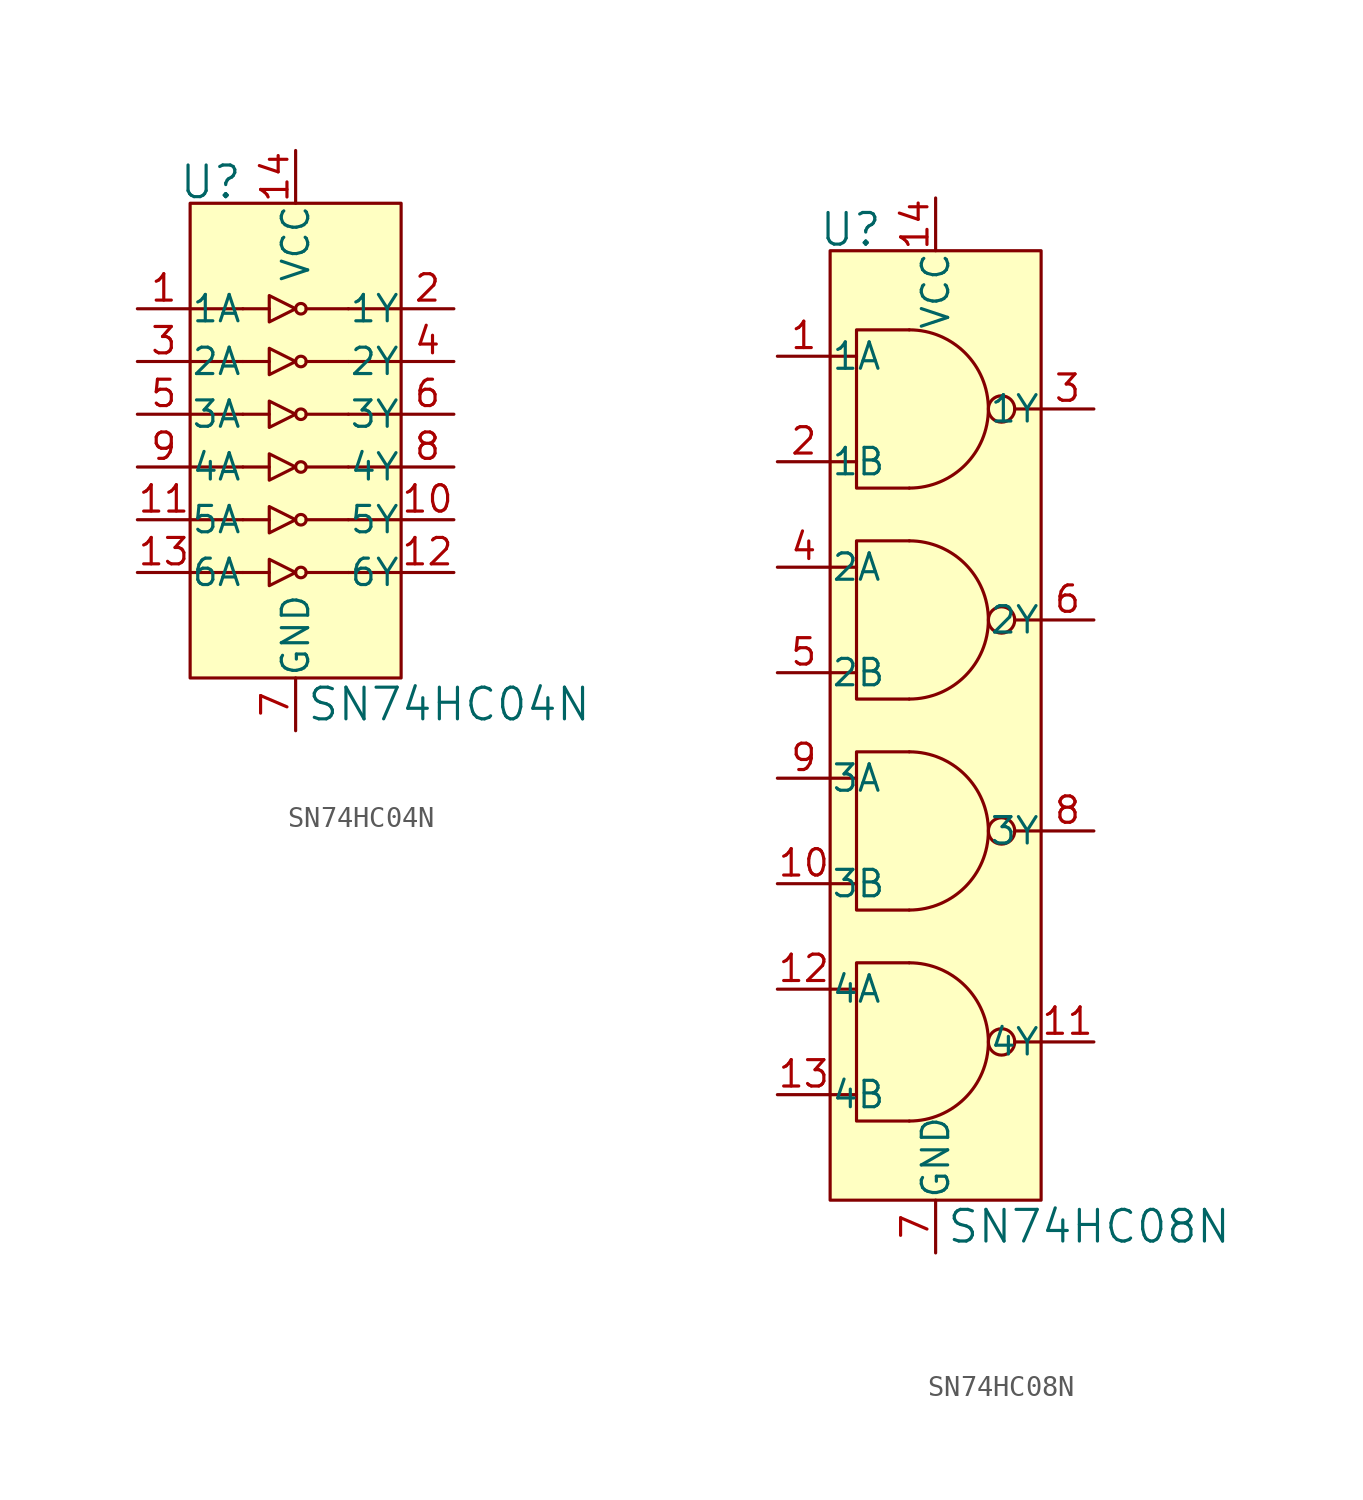
<source format=kicad_sym>
(kicad_symbol_lib
  (version 20201005)
  (generator kicad_symbol_editor)
  (symbol "SN74HC04N"
    (pin_names
      (offset 0.025))
    (property "Reference" "U"
      (at -2.54 13.716 0)
      (effects (font (size 1.524 1.524)) (justify right)))
    (property "Value" "SN74HC04N"
      (at 0.508 -11.43 0)
      (effects (font (size 1.524 1.524)) (justify left)))
    (symbol "SN74HC04N_0_1"
      (circle (center 0.254 -5.08) (radius 0.254) (stroke (width 0)) (fill (type none)))
      (circle (center 0.254 -2.54) (radius 0.254) (stroke (width 0)) (fill (type none)))
      (circle (center 0.254 0) (radius 0.254) (stroke (width 0)) (fill (type none)))
      (circle (center 0.254 2.54) (radius 0.254) (stroke (width 0)) (fill (type none)))
      (circle (center 0.254 5.08) (radius 0.254) (stroke (width 0)) (fill (type none)))
      (circle (center 0.254 7.62) (radius 0.254) (stroke (width 0)) (fill (type none)))
      (rectangle (start -5.08 12.7) (end 5.08 -10.16) (stroke (width 0)) (fill (type background)))
      (polyline (pts (xy -2.54 -5.08) (xy -5.08 -5.08)) (stroke (width 0)) (fill (type none)))
      (polyline (pts (xy -2.54 -2.54) (xy -5.08 -2.54)) (stroke (width 0)) (fill (type none)))
      (polyline (pts (xy -2.54 -2.54) (xy -1.27 -2.54)) (stroke (width 0)) (fill (type none)))
      (polyline (pts (xy -2.54 0) (xy -5.08 0)) (stroke (width 0)) (fill (type none)))
      (polyline (pts (xy -2.54 2.54) (xy -5.08 2.54)) (stroke (width 0)) (fill (type none)))
      (polyline (pts (xy -2.54 2.54) (xy -1.27 2.54)) (stroke (width 0)) (fill (type none)))
      (polyline (pts (xy -2.54 5.08) (xy -5.08 5.08)) (stroke (width 0)) (fill (type none)))
      (polyline (pts (xy -2.54 7.62) (xy -5.08 7.62)) (stroke (width 0)) (fill (type none)))
      (polyline (pts (xy -1.27 -5.08) (xy -2.54 -5.08)) (stroke (width 0)) (fill (type none)))
      (polyline (pts (xy -1.27 0) (xy -2.54 0)) (stroke (width 0)) (fill (type none)))
      (polyline (pts (xy -1.27 5.08) (xy -2.54 5.08)) (stroke (width 0)) (fill (type none)))
      (polyline (pts (xy -1.27 7.62) (xy -2.54 7.62)) (stroke (width 0)) (fill (type none)))
      (polyline (pts (xy 0.508 -5.08) (xy 2.54 -5.08)) (stroke (width 0)) (fill (type none)))
      (polyline (pts (xy 0.508 0) (xy 2.54 0)) (stroke (width 0)) (fill (type none)))
      (polyline (pts (xy 0.508 2.54) (xy 2.54 2.54)) (stroke (width 0)) (fill (type none)))
      (polyline (pts (xy 0.508 5.08) (xy 2.54 5.08)) (stroke (width 0)) (fill (type none)))
      (polyline (pts (xy 2.54 -2.54) (xy 0.508 -2.54)) (stroke (width 0)) (fill (type none)))
      (polyline (pts (xy 2.54 7.62) (xy 0.508 7.62)) (stroke (width 0)) (fill (type none)))
      (polyline (pts (xy 5.08 -5.08) (xy 2.54 -5.08)) (stroke (width 0)) (fill (type none)))
      (polyline (pts (xy 5.08 -2.54) (xy 2.54 -2.54)) (stroke (width 0)) (fill (type none)))
      (polyline (pts (xy 5.08 0) (xy 2.54 0)) (stroke (width 0)) (fill (type none)))
      (polyline (pts (xy 5.08 2.54) (xy 2.54 2.54)) (stroke (width 0)) (fill (type none)))
      (polyline (pts (xy 5.08 5.08) (xy 2.54 5.08)) (stroke (width 0)) (fill (type none)))
      (polyline (pts (xy 5.08 7.62) (xy 2.54 7.62)) (stroke (width 0)) (fill (type none)))
      (polyline (pts (xy -1.27 -4.445) (xy -1.27 -5.715) (xy 0 -5.08) (xy -1.27 -4.445)) (stroke (width 0)) (fill (type none)))
      (polyline (pts (xy -1.27 -1.905) (xy -1.27 -3.175) (xy 0 -2.54) (xy -1.27 -1.905)) (stroke (width 0)) (fill (type none)))
      (polyline (pts (xy -1.27 0.635) (xy -1.27 -0.635) (xy 0 0) (xy -1.27 0.635)) (stroke (width 0)) (fill (type none)))
      (polyline (pts (xy -1.27 3.175) (xy -1.27 1.905) (xy 0 2.54) (xy -1.27 3.175)) (stroke (width 0)) (fill (type none)))
      (polyline (pts (xy -1.27 5.715) (xy -1.27 4.445) (xy 0 5.08) (xy -1.27 5.715)) (stroke (width 0)) (fill (type none)))
      (polyline (pts (xy -1.27 8.255) (xy -1.27 6.985) (xy 0 7.62) (xy -1.27 8.255)) (stroke (width 0)) (fill (type none))))
    (symbol "SN74HC04N_1_1"
      (pin input line (at -7.62 7.62 0) (length 2.54) (name "1A" (effects (font (size 1.27 1.27)))) (number "1" (effects (font (size 1.27 1.27)))))
      (pin output line (at 7.62 7.62 180) (length 2.54) (name "1Y" (effects (font (size 1.27 1.27)))) (number "2" (effects (font (size 1.27 1.27)))))
      (pin input line (at -7.62 5.08 0) (length 2.54) (name "2A" (effects (font (size 1.27 1.27)))) (number "3" (effects (font (size 1.27 1.27)))))
      (pin output line (at 7.62 5.08 180) (length 2.54) (name "2Y" (effects (font (size 1.27 1.27)))) (number "4" (effects (font (size 1.27 1.27)))))
      (pin input line (at -7.62 2.54 0) (length 2.54) (name "3A" (effects (font (size 1.27 1.27)))) (number "5" (effects (font (size 1.27 1.27)))))
      (pin output line (at 7.62 2.54 180) (length 2.54) (name "3Y" (effects (font (size 1.27 1.27)))) (number "6" (effects (font (size 1.27 1.27)))))
      (pin power_in line (at 0 -12.7 90) (length 2.54) (name "GND" (effects (font (size 1.27 1.27)))) (number "7" (effects (font (size 1.27 1.27)))))
      (pin output line (at 7.62 0 180) (length 2.54) (name "4Y" (effects (font (size 1.27 1.27)))) (number "8" (effects (font (size 1.27 1.27)))))
      (pin input line (at -7.62 0 0) (length 2.54) (name "4A" (effects (font (size 1.27 1.27)))) (number "9" (effects (font (size 1.27 1.27)))))
      (pin output line (at 7.62 -2.54 180) (length 2.54) (name "5Y" (effects (font (size 1.27 1.27)))) (number "10" (effects (font (size 1.27 1.27)))))
      (pin input line (at -7.62 -2.54 0) (length 2.54) (name "5A" (effects (font (size 1.27 1.27)))) (number "11" (effects (font (size 1.27 1.27)))))
      (pin output line (at 7.62 -5.08 180) (length 2.54) (name "6Y" (effects (font (size 1.27 1.27)))) (number "12" (effects (font (size 1.27 1.27)))))
      (pin input line (at -7.62 -5.08 0) (length 2.54) (name "6A" (effects (font (size 1.27 1.27)))) (number "13" (effects (font (size 1.27 1.27)))))
      (pin power_in line (at 0 15.24 270) (length 2.54) (name "VCC" (effects (font (size 1.27 1.27)))) (number "14" (effects (font (size 1.27 1.27)))))))
  (symbol "SN74HC08N"
    (pin_names
      (offset 0.025))
    (property "Reference" "U"
      (at -2.54 8.636 0)
      (effects (font (size 1.524 1.524)) (justify right)))
    (property "Value" "SN74HC08N"
      (at 0.508 -39.37 0)
      (effects (font (size 1.524 1.524)) (justify left)))
    (symbol "SN74HC08N_0_1"
      (arc (start -1.27 -34.29) (end -1.27 -26.67) (radius (at -1.27 -30.48) (length 3.81) (angles -89.9 89.9)) (stroke (width 0)) (fill (type none)))
      (arc (start -1.27 -24.13) (end -1.27 -16.51) (radius (at -1.27 -20.32) (length 3.81) (angles -89.9 89.9)) (stroke (width 0)) (fill (type none)))
      (arc (start -1.27 -13.97) (end -1.27 -6.35) (radius (at -1.27 -10.16) (length 3.81) (angles -89.9 89.9)) (stroke (width 0)) (fill (type none)))
      (arc (start -1.27 -3.81) (end -1.27 3.81) (radius (at -1.27 0) (length 3.81) (angles -89.9 89.9)) (stroke (width 0)) (fill (type none)))
      (circle (center 3.175 -30.48) (radius 0.635) (stroke (width 0)) (fill (type none)))
      (circle (center 3.175 -20.32) (radius 0.635) (stroke (width 0)) (fill (type none)))
      (circle (center 3.175 -10.16) (radius 0.635) (stroke (width 0)) (fill (type none)))
      (circle (center 3.175 0) (radius 0.635) (stroke (width 0)) (fill (type none)))
      (rectangle (start -5.08 7.62) (end 5.08 -38.1) (stroke (width 0)) (fill (type background)))
      (polyline (pts (xy -5.08 -33.02) (xy -3.81 -33.02)) (stroke (width 0)) (fill (type none)))
      (polyline (pts (xy -5.08 -22.86) (xy -3.81 -22.86)) (stroke (width 0)) (fill (type none)))
      (polyline (pts (xy -5.08 -7.62) (xy -3.81 -7.62)) (stroke (width 0)) (fill (type none)))
      (polyline (pts (xy -3.81 -27.94) (xy -5.08 -27.94)) (stroke (width 0)) (fill (type none)))
      (polyline (pts (xy -3.81 -17.78) (xy -5.08 -17.78)) (stroke (width 0)) (fill (type none)))
      (polyline (pts (xy -3.81 -12.7) (xy -5.08 -12.7)) (stroke (width 0)) (fill (type none)))
      (polyline (pts (xy -3.81 -2.54) (xy -5.08 -2.54)) (stroke (width 0)) (fill (type none)))
      (polyline (pts (xy -3.81 2.54) (xy -5.08 2.54)) (stroke (width 0)) (fill (type none)))
      (polyline (pts (xy 3.81 -30.48) (xy 5.08 -30.48)) (stroke (width 0)) (fill (type none)))
      (polyline (pts (xy 3.81 -20.32) (xy 5.08 -20.32)) (stroke (width 0)) (fill (type none)))
      (polyline (pts (xy 3.81 -10.16) (xy 5.08 -10.16)) (stroke (width 0)) (fill (type none)))
      (polyline (pts (xy 3.81 0) (xy 5.08 0)) (stroke (width 0)) (fill (type none)))
      (polyline (pts (xy -1.27 -26.67) (xy -3.81 -26.67) (xy -3.81 -34.29) (xy -1.27 -34.29)) (stroke (width 0)) (fill (type none)))
      (polyline (pts (xy -1.27 -16.51) (xy -3.81 -16.51) (xy -3.81 -24.13) (xy -1.27 -24.13)) (stroke (width 0)) (fill (type none)))
      (polyline (pts (xy -1.27 -6.35) (xy -3.81 -6.35) (xy -3.81 -13.97) (xy -1.27 -13.97)) (stroke (width 0)) (fill (type none)))
      (polyline (pts (xy -1.27 3.81) (xy -3.81 3.81) (xy -3.81 -3.81) (xy -1.27 -3.81)) (stroke (width 0)) (fill (type none))))
    (symbol "SN74HC08N_1_1"
      (pin input line (at -7.62 2.54 0) (length 2.54) (name "1A" (effects (font (size 1.27 1.27)))) (number "1" (effects (font (size 1.27 1.27)))))
      (pin input line (at -7.62 -2.54 0) (length 2.54) (name "1B" (effects (font (size 1.27 1.27)))) (number "2" (effects (font (size 1.27 1.27)))))
      (pin output line (at 7.62 0 180) (length 2.54) (name "1Y" (effects (font (size 1.27 1.27)))) (number "3" (effects (font (size 1.27 1.27)))))
      (pin input line (at -7.62 -7.62 0) (length 2.54) (name "2A" (effects (font (size 1.27 1.27)))) (number "4" (effects (font (size 1.27 1.27)))))
      (pin input line (at -7.62 -12.7 0) (length 2.54) (name "2B" (effects (font (size 1.27 1.27)))) (number "5" (effects (font (size 1.27 1.27)))))
      (pin output line (at 7.62 -10.16 180) (length 2.54) (name "2Y" (effects (font (size 1.27 1.27)))) (number "6" (effects (font (size 1.27 1.27)))))
      (pin power_in line (at 0 -40.64 90) (length 2.54) (name "GND" (effects (font (size 1.27 1.27)))) (number "7" (effects (font (size 1.27 1.27)))))
      (pin output line (at 7.62 -20.32 180) (length 2.54) (name "3Y" (effects (font (size 1.27 1.27)))) (number "8" (effects (font (size 1.27 1.27)))))
      (pin input line (at -7.62 -17.78 0) (length 2.54) (name "3A" (effects (font (size 1.27 1.27)))) (number "9" (effects (font (size 1.27 1.27)))))
      (pin input line (at -7.62 -22.86 0) (length 2.54) (name "3B" (effects (font (size 1.27 1.27)))) (number "10" (effects (font (size 1.27 1.27)))))
      (pin output line (at 7.62 -30.48 180) (length 2.54) (name "4Y" (effects (font (size 1.27 1.27)))) (number "11" (effects (font (size 1.27 1.27)))))
      (pin input line (at -7.62 -27.94 0) (length 2.54) (name "4A" (effects (font (size 1.27 1.27)))) (number "12" (effects (font (size 1.27 1.27)))))
      (pin input line (at -7.62 -33.02 0) (length 2.54) (name "4B" (effects (font (size 1.27 1.27)))) (number "13" (effects (font (size 1.27 1.27)))))
      (pin power_in line (at 0 10.16 270) (length 2.54) (name "VCC" (effects (font (size 1.27 1.27)))) (number "14" (effects (font (size 1.27 1.27))))))))
</source>
